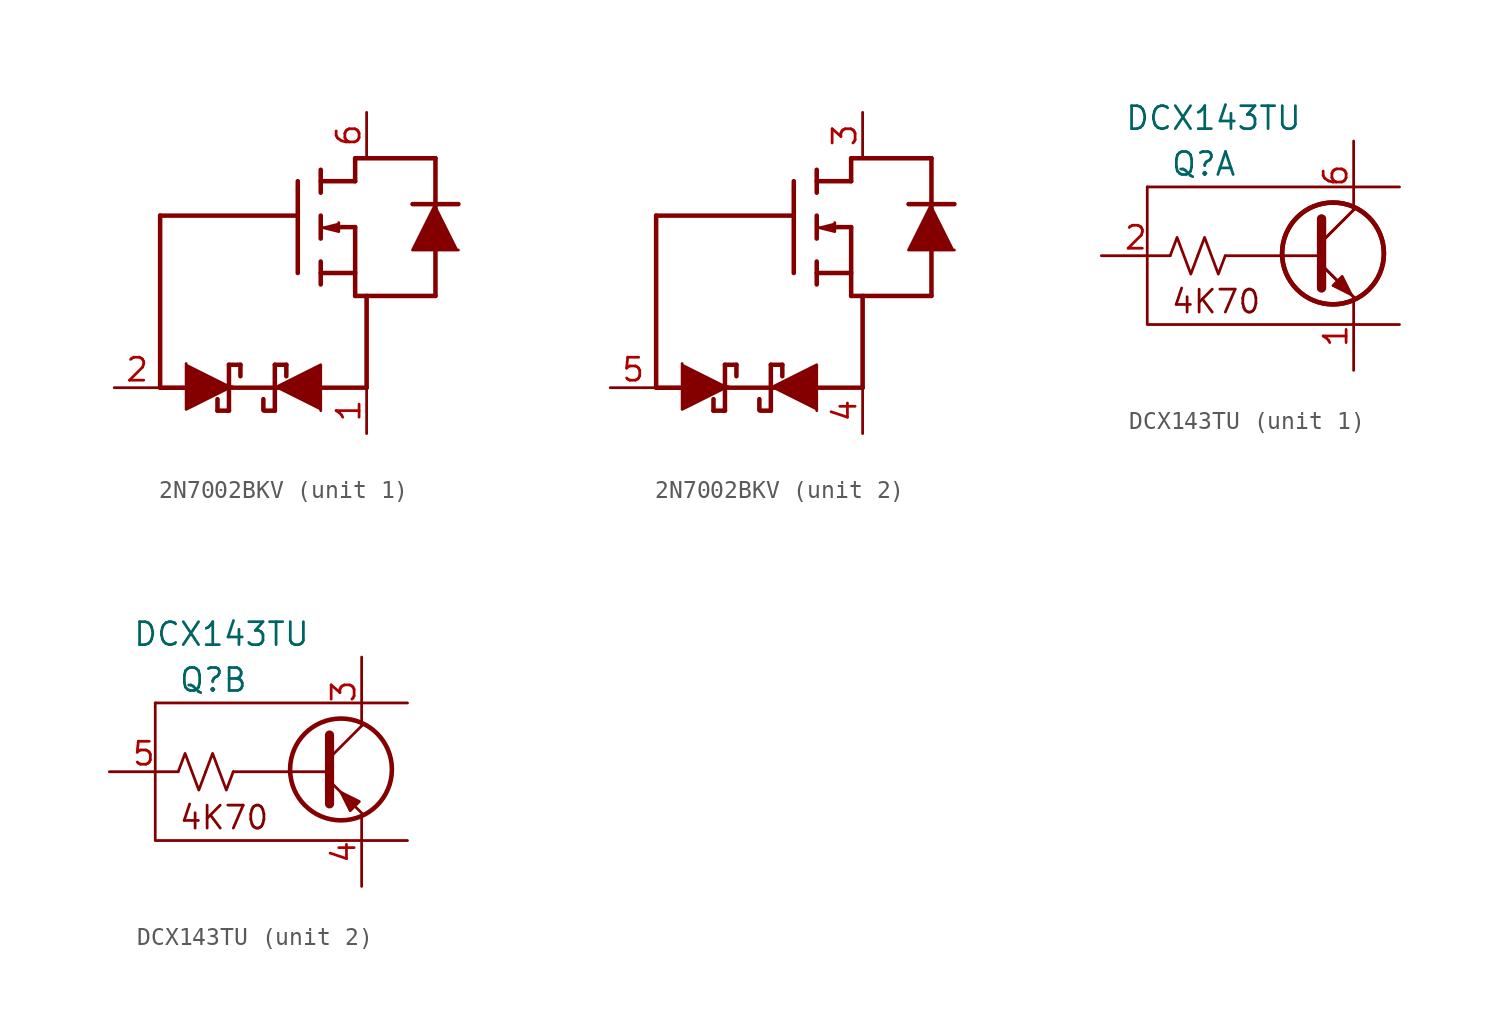
<source format=kicad_sym>
(kicad_symbol_lib
  (version 20231120)
  (generator "kicad_symbol_editor")
  (generator_version "8.0")
  (symbol "2N7002BKV"
    (property "Reference" "Q"
      (at -1.905 2.54 0)
      (effects (font (size 1.27 1.27)) (hide yes)))
    (symbol "2N7002BKV_1_0"
      (polyline (pts (xy -7.62 4.445) (xy -7.62 -5.08)) (stroke (width 0.25) (type default)) (fill (type none)))
      (polyline (pts (xy -7.62 4.445) (xy 0 4.445)) (stroke (width 0.25) (type default)) (fill (type none)))
      (polyline (pts (xy -4.445 -6.35) (xy -3.81 -6.35)) (stroke (width 0.25) (type default)) (fill (type none)))
      (polyline (pts (xy -4.445 -5.715) (xy -4.445 -6.35)) (stroke (width 0.25) (type default)) (fill (type none)))
      (polyline (pts (xy -3.81 -6.35) (xy -3.81 -3.81)) (stroke (width 0.25) (type default)) (fill (type none)))
      (polyline (pts (xy -3.175 -3.81) (xy -3.81 -3.81)) (stroke (width 0.25) (type default)) (fill (type none)))
      (polyline (pts (xy -3.175 -3.81) (xy -3.175 -4.445)) (stroke (width 0.25) (type default)) (fill (type none)))
      (polyline (pts (xy -1.905 -5.715) (xy -1.905 -6.324)) (stroke (width 0.25) (type default)) (fill (type none)))
      (polyline (pts (xy -1.27 -6.35) (xy -1.855 -6.35)) (stroke (width 0.25) (type default)) (fill (type none)))
      (polyline (pts (xy -1.27 -3.81) (xy -1.27 -6.35)) (stroke (width 0.25) (type default)) (fill (type none)))
      (polyline (pts (xy -0.635 -3.81) (xy -1.27 -3.81)) (stroke (width 0.25) (type default)) (fill (type none)))
      (polyline (pts (xy -0.635 -3.81) (xy -0.635 -4.445)) (stroke (width 0.25) (type default)) (fill (type none)))
      (polyline (pts (xy 0 6.35) (xy 0 1.27)) (stroke (width 0.25) (type default)) (fill (type none)))
      (polyline (pts (xy 1.27 1.27) (xy 3.175 1.27)) (stroke (width 0.25) (type default)) (fill (type none)))
      (polyline (pts (xy 1.27 1.905) (xy 1.27 0.635)) (stroke (width 0.25) (type default)) (fill (type none)))
      (polyline (pts (xy 1.27 4.445) (xy 1.27 3.175)) (stroke (width 0.25) (type default)) (fill (type none)))
      (polyline (pts (xy 1.27 6.35) (xy 3.175 6.35)) (stroke (width 0.25) (type default)) (fill (type none)))
      (polyline (pts (xy 1.27 6.985) (xy 1.27 5.715)) (stroke (width 0.25) (type default)) (fill (type none)))
      (polyline (pts (xy 3.175 0) (xy 7.62 0)) (stroke (width 0.25) (type default)) (fill (type none)))
      (polyline (pts (xy 3.175 3.81) (xy 2.27 3.81)) (stroke (width 0.25) (type default)) (fill (type none)))
      (polyline (pts (xy 3.175 3.81) (xy 3.175 0)) (stroke (width 0.25) (type default)) (fill (type none)))
      (polyline (pts (xy 3.175 6.35) (xy 3.175 7.62)) (stroke (width 0.25) (type default)) (fill (type none)))
      (polyline (pts (xy 3.175 7.62) (xy 7.62 7.62)) (stroke (width 0.25) (type default)) (fill (type none)))
      (polyline (pts (xy 3.81 -5.08) (xy -4.445 -5.08)) (stroke (width 0.25) (type default)) (fill (type none)))
      (polyline (pts (xy 6.35 5.08) (xy 8.89 5.08)) (stroke (width 0.25) (type default)) (fill (type none)))
      (polyline (pts (xy 7.62 7.62) (xy 7.62 0)) (stroke (width 0.25) (type default)) (fill (type none)))
      (polyline (pts (xy -3.641 -5.012) (xy -6.181 -6.282) (xy -6.181 -3.742)) (stroke (width 0) (type default)) (fill (type outline)))
      (polyline (pts (xy -1.27 -5.08) (xy 1.27 -3.81) (xy 1.27 -6.35)) (stroke (width 0) (type default)) (fill (type outline)))
      (polyline (pts (xy 1.27 3.81) (xy 2.27 3.56) (xy 2.27 4.06)) (stroke (width 0) (type default)) (fill (type outline)))
      (polyline (pts (xy 7.62 5.08) (xy 6.35 2.54) (xy 8.89 2.54)) (stroke (width 0) (type default)) (fill (type outline)))
      (pin passive line (at 3.81 -7.62 90) (length 2.54) (name "S1" (effects (font (size 0 0)))) (number "1" (effects (font (size 1.27 1.27)))))
      (pin passive line (at -10.16 -5.08 0) (length 2.54) (name "G1" (effects (font (size 0 0)))) (number "2" (effects (font (size 1.27 1.27)))))
      (pin passive line (at 3.81 10.16 270) (length 2.54) (name "D1" (effects (font (size 0 0)))) (number "6" (effects (font (size 1.27 1.27))))))
    (symbol "2N7002BKV_1_1"
      (polyline (pts (xy -7.62 -5.08) (xy -5.08 -5.08)) (stroke (width 0.254) (type default)) (fill (type none)))
      (polyline (pts (xy 3.81 0) (xy 3.81 -5.08)) (stroke (width 0.254) (type default)) (fill (type none))))
    (symbol "2N7002BKV_2_0"
      (polyline (pts (xy -7.62 4.445) (xy -7.62 -5.08)) (stroke (width 0.25) (type default)) (fill (type none)))
      (polyline (pts (xy -7.62 4.445) (xy 0 4.445)) (stroke (width 0.25) (type default)) (fill (type none)))
      (polyline (pts (xy -4.445 -6.35) (xy -3.81 -6.35)) (stroke (width 0.25) (type default)) (fill (type none)))
      (polyline (pts (xy -4.445 -5.715) (xy -4.445 -6.35)) (stroke (width 0.25) (type default)) (fill (type none)))
      (polyline (pts (xy -3.81 -6.35) (xy -3.81 -3.81)) (stroke (width 0.25) (type default)) (fill (type none)))
      (polyline (pts (xy -3.175 -3.81) (xy -3.81 -3.81)) (stroke (width 0.25) (type default)) (fill (type none)))
      (polyline (pts (xy -3.175 -3.81) (xy -3.175 -4.445)) (stroke (width 0.25) (type default)) (fill (type none)))
      (polyline (pts (xy -1.905 -5.715) (xy -1.905 -6.324)) (stroke (width 0.25) (type default)) (fill (type none)))
      (polyline (pts (xy -1.27 -6.35) (xy -1.855 -6.35)) (stroke (width 0.25) (type default)) (fill (type none)))
      (polyline (pts (xy -1.27 -3.81) (xy -1.27 -6.35)) (stroke (width 0.25) (type default)) (fill (type none)))
      (polyline (pts (xy -0.635 -3.81) (xy -1.27 -3.81)) (stroke (width 0.25) (type default)) (fill (type none)))
      (polyline (pts (xy -0.635 -3.81) (xy -0.635 -4.445)) (stroke (width 0.25) (type default)) (fill (type none)))
      (polyline (pts (xy 0 6.35) (xy 0 1.27)) (stroke (width 0.25) (type default)) (fill (type none)))
      (polyline (pts (xy 1.27 1.27) (xy 3.175 1.27)) (stroke (width 0.25) (type default)) (fill (type none)))
      (polyline (pts (xy 1.27 1.905) (xy 1.27 0.635)) (stroke (width 0.25) (type default)) (fill (type none)))
      (polyline (pts (xy 1.27 4.445) (xy 1.27 3.175)) (stroke (width 0.25) (type default)) (fill (type none)))
      (polyline (pts (xy 1.27 6.35) (xy 3.175 6.35)) (stroke (width 0.25) (type default)) (fill (type none)))
      (polyline (pts (xy 1.27 6.985) (xy 1.27 5.715)) (stroke (width 0.25) (type default)) (fill (type none)))
      (polyline (pts (xy 3.175 0) (xy 7.62 0)) (stroke (width 0.25) (type default)) (fill (type none)))
      (polyline (pts (xy 3.175 3.81) (xy 2.27 3.81)) (stroke (width 0.25) (type default)) (fill (type none)))
      (polyline (pts (xy 3.175 3.81) (xy 3.175 0)) (stroke (width 0.25) (type default)) (fill (type none)))
      (polyline (pts (xy 3.175 6.35) (xy 3.175 7.62)) (stroke (width 0.25) (type default)) (fill (type none)))
      (polyline (pts (xy 3.175 7.62) (xy 7.62 7.62)) (stroke (width 0.25) (type default)) (fill (type none)))
      (polyline (pts (xy 3.81 -5.08) (xy -4.445 -5.08)) (stroke (width 0.25) (type default)) (fill (type none)))
      (polyline (pts (xy 6.35 5.08) (xy 8.89 5.08)) (stroke (width 0.25) (type default)) (fill (type none)))
      (polyline (pts (xy 7.62 7.62) (xy 7.62 0)) (stroke (width 0.25) (type default)) (fill (type none)))
      (polyline (pts (xy -3.641 -5.012) (xy -6.181 -6.282) (xy -6.181 -3.742)) (stroke (width 0) (type default)) (fill (type outline)))
      (polyline (pts (xy -1.27 -5.08) (xy 1.27 -3.81) (xy 1.27 -6.35)) (stroke (width 0) (type default)) (fill (type outline)))
      (polyline (pts (xy 1.27 3.81) (xy 2.27 3.56) (xy 2.27 4.06)) (stroke (width 0) (type default)) (fill (type outline)))
      (polyline (pts (xy 7.62 5.08) (xy 6.35 2.54) (xy 8.89 2.54)) (stroke (width 0) (type default)) (fill (type outline))))
    (symbol "2N7002BKV_2_1"
      (polyline (pts (xy -7.62 -5.08) (xy -5.08 -5.08)) (stroke (width 0.254) (type default)) (fill (type none)))
      (polyline (pts (xy 3.81 0) (xy 3.81 -5.08)) (stroke (width 0.254) (type default)) (fill (type none)))
      (pin passive line (at 3.81 10.16 270) (length 2.54) (name "D2" (effects (font (size 0 0)))) (number "3" (effects (font (size 1.27 1.27)))))
      (pin passive line (at 3.81 -7.62 90) (length 2.54) (name "S2" (effects (font (size 0 0)))) (number "4" (effects (font (size 1.27 1.27)))))
      (pin passive line (at -10.16 -5.08 0) (length 2.54) (name "G2" (effects (font (size 0 0)))) (number "5" (effects (font (size 1.27 1.27)))))))
  (symbol "DCX143TU"
    (pin_names
      (offset 0.254) hide)
    (property "Reference" "Q"
      (at -10.16 5.08 0)
      (effects (font (size 1.27 1.27)) (justify left)))
    (property "Value" "DCX143TU"
      (at -12.7 7.62 0)
      (effects (font (size 1.27 1.27)) (justify left)))
    (property "ki_locked" ""
      (at 0 0 0)
      (effects (font (size 1.27 1.27))))
    (symbol "DCX143TU_0_1"
      (circle (center -1.143 0.127) (radius 2.819) (stroke (width 0.254) (type default)) (fill (type none)))
      (polyline (pts (xy -11.43 3.81) (xy 2.54 3.81)) (stroke (width 0) (type default)) (fill (type none)))
      (polyline (pts (xy -7.112 0) (xy -1.778 0)) (stroke (width 0) (type default)) (fill (type none)))
      (polyline (pts (xy -1.778 0.762) (xy 0.127 2.667)) (stroke (width 0) (type default)) (fill (type none)))
      (polyline (pts (xy -11.43 3.81) (xy -11.43 -3.81) (xy 2.54 -3.81)) (stroke (width 0) (type default)) (fill (type none)))
      (polyline (pts (xy -1.778 -0.508) (xy 0.127 -2.413) (xy 0.127 -2.413)) (stroke (width 0) (type default)) (fill (type none)))
      (polyline (pts (xy -1.778 2.032) (xy -1.778 -1.778) (xy -1.778 -1.778)) (stroke (width 0.508) (type default)) (fill (type none)))
      (text "4K70" (at -7.62 -2.54 0) (effects (font (size 1.27 1.27)))))
    (symbol "DCX143TU_1_1"
      (circle (center -1.143 0.127) (radius 2.819) (stroke (width 0.254) (type default)) (fill (type none)))
      (polyline (pts (xy -1.778 0.762) (xy 0.127 2.667)) (stroke (width 0) (type default)) (fill (type none)))
      (polyline (pts (xy -1.778 -0.508) (xy 0.127 -2.413) (xy 0.127 -2.413)) (stroke (width 0) (type default)) (fill (type none)))
      (polyline (pts (xy -1.778 2.032) (xy -1.778 -1.778) (xy -1.778 -1.778)) (stroke (width 0.508) (type default)) (fill (type none)))
      (polyline (pts (xy -10.16 0) (xy -9.779 1.016) (xy -9.398 0) (xy -9.017 -1.016) (xy -8.636 0)) (stroke (width 0) (type default)) (fill (type none)))
      (polyline (pts (xy -8.636 0) (xy -8.255 1.016) (xy -7.874 0) (xy -7.493 -1.016) (xy -7.112 0)) (stroke (width 0) (type default)) (fill (type none)))
      (polyline (pts (xy -1.143 -1.651) (xy -0.635 -1.143) (xy -0.127 -2.159) (xy -1.143 -1.651) (xy -1.143 -1.651)) (stroke (width 0) (type default)) (fill (type outline)))
      (pin passive line (at 0 -6.35 90) (length 3.81) (name "EQ1" (effects (font (size 1.27 1.27)))) (number "1" (effects (font (size 1.27 1.27)))))
      (pin passive line (at -13.97 0 0) (length 3.81) (name "BQ1" (effects (font (size 1.27 1.27)))) (number "2" (effects (font (size 1.27 1.27)))))
      (pin passive line (at 0 6.35 270) (length 3.81) (name "CQ1" (effects (font (size 1.27 1.27)))) (number "6" (effects (font (size 1.27 1.27))))))
    (symbol "DCX143TU_2_1"
      (polyline (pts (xy -10.16 0) (xy -9.779 1.016) (xy -9.398 0) (xy -9.017 -1.016) (xy -8.636 0)) (stroke (width 0) (type default)) (fill (type none)))
      (polyline (pts (xy -8.636 0) (xy -8.255 1.016) (xy -7.874 0) (xy -7.493 -1.016) (xy -7.112 0)) (stroke (width 0) (type default)) (fill (type none)))
      (polyline (pts (xy -0.127 -1.651) (xy -0.635 -2.159) (xy -1.143 -1.143) (xy -0.127 -1.651) (xy -0.127 -1.651)) (stroke (width 0) (type default)) (fill (type outline)))
      (pin passive line (at 0 6.35 270) (length 3.81) (name "CQ2" (effects (font (size 1.27 1.27)))) (number "3" (effects (font (size 1.27 1.27)))))
      (pin passive line (at 0 -6.35 90) (length 3.81) (name "EQ2" (effects (font (size 1.27 1.27)))) (number "4" (effects (font (size 1.27 1.27)))))
      (pin passive line (at -13.97 0 0) (length 3.81) (name "BQ2" (effects (font (size 1.27 1.27)))) (number "5" (effects (font (size 1.27 1.27))))))))
</source>
